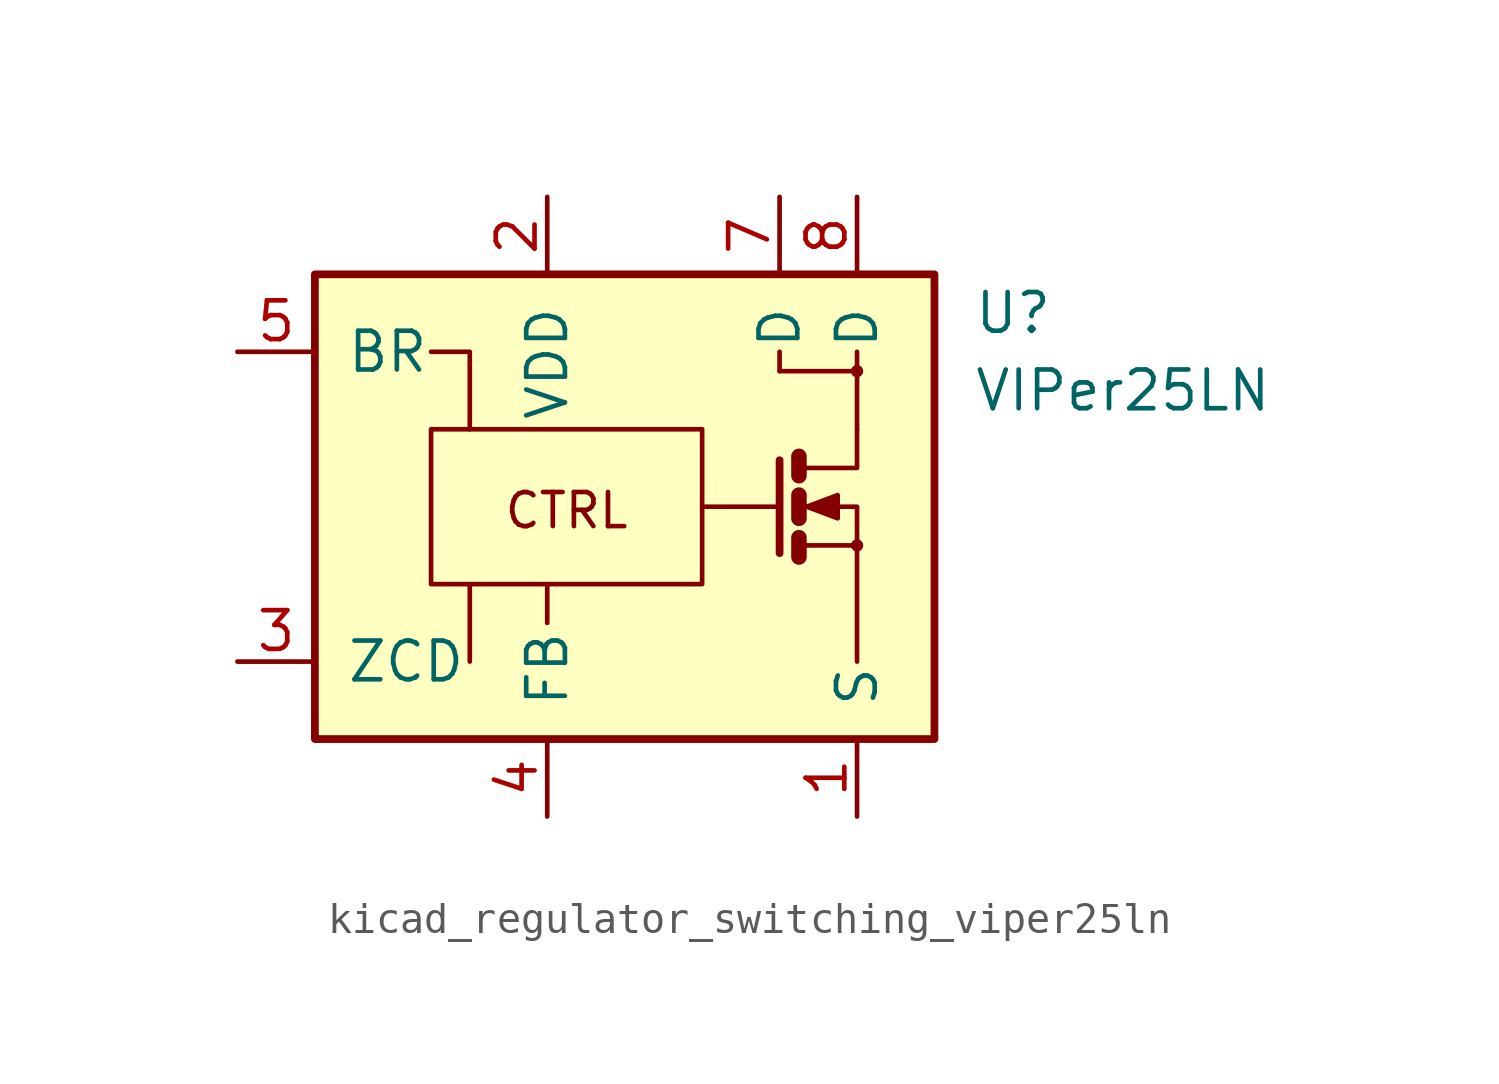
<source format=kicad_sym>
(kicad_symbol_lib
  (version 20220914)
  (generator kicad_symbol_editor)
  (symbol "kicad_regulator_switching_viper25ln"
    (pin_names
      (offset 1.016))
    (property "Reference" "U"
      (at 11.43 6.35 0)
      (effects (font (size 1.27 1.27)) (justify left)))
    (property "Value" "VIPer25LN"
      (at 11.43 3.81 0)
      (effects (font (size 1.27 1.27)) (justify left)))
    (symbol "kicad_regulator_switching_viper25ln_0_0"
      (rectangle (start -10.16 7.62) (end 10.16 -7.62) (stroke (width 0.254) (type default)) (fill (type background)))
      (polyline (pts (xy -5.08 -2.54) (xy -5.08 -5.08)) (stroke (width 0) (type default)) (fill (type none)))
      (polyline (pts (xy 5.08 5.08) (xy 5.08 4.445)) (stroke (width 0) (type default)) (fill (type none)))
      (polyline (pts (xy 7.62 2.54) (xy 7.62 4.445)) (stroke (width 0) (type default)) (fill (type none)))
      (polyline (pts (xy -6.35 5.08) (xy -5.08 5.08) (xy -5.08 2.54)) (stroke (width 0) (type default)) (fill (type none)))
      (circle (center 7.62 -1.27) (radius 0.127) (stroke (width 0) (type default)) (fill (type none)))
      (circle (center 7.62 4.445) (radius 0.127) (stroke (width 0) (type default)) (fill (type none)))
      (text "CTRL" (at -1.905 -0.127 0) (effects (font (size 1.118 1.118)))))
    (symbol "kicad_regulator_switching_viper25ln_0_1"
      (rectangle (start -6.35 -2.54) (end 2.54 2.54) (stroke (width 0) (type default)) (fill (type none)))
      (polyline (pts (xy -2.54 -3.81) (xy -2.54 -2.54)) (stroke (width 0) (type default)) (fill (type none)))
      (polyline (pts (xy 5.08 0) (xy 2.54 0)) (stroke (width 0) (type default)) (fill (type none)))
      (polyline (pts (xy 5.715 -1.27) (xy 7.62 -1.27)) (stroke (width 0) (type default)) (fill (type none)))
      (polyline (pts (xy 5.715 -1.016) (xy 5.715 -1.651)) (stroke (width 0.508) (type default)) (fill (type none)))
      (polyline (pts (xy 5.715 0.381) (xy 5.715 -0.381)) (stroke (width 0.508) (type default)) (fill (type none)))
      (polyline (pts (xy 5.715 1.651) (xy 5.715 1.016)) (stroke (width 0.508) (type default)) (fill (type none)))
      (polyline (pts (xy 5.08 1.524) (xy 5.08 -1.524) (xy 5.08 -1.524)) (stroke (width 0.254) (type default)) (fill (type none)))
      (polyline (pts (xy 5.08 4.445) (xy 7.62 4.445) (xy 7.62 5.08)) (stroke (width 0) (type default)) (fill (type none)))
      (polyline (pts (xy 7.62 -1.27) (xy 7.62 -5.08) (xy 7.62 -3.048)) (stroke (width 0) (type default)) (fill (type none)))
      (polyline (pts (xy 5.842 1.27) (xy 7.62 1.27) (xy 7.62 2.54) (xy 7.62 2.54)) (stroke (width 0) (type default)) (fill (type none)))
      (polyline (pts (xy 5.842 0) (xy 6.35 0) (xy 7.62 0) (xy 7.62 -1.27) (xy 7.62 -1.27)) (stroke (width 0) (type default)) (fill (type none)))
      (polyline (pts (xy 5.969 0) (xy 6.985 0.381) (xy 6.985 -0.381) (xy 5.969 0) (xy 6.096 0) (xy 6.096 0)) (stroke (width 0) (type default)) (fill (type outline))))
    (symbol "kicad_regulator_switching_viper25ln_1_1"
      (pin passive line (at 7.62 -10.16 90) (length 2.54) (name "S" (effects (font (size 1.27 1.27)))) (number "1" (effects (font (size 1.27 1.27)))))
      (pin power_in line (at -2.54 10.16 270) (length 2.54) (name "VDD" (effects (font (size 1.27 1.27)))) (number "2" (effects (font (size 1.27 1.27)))))
      (pin input line (at -12.7 -5.08 0) (length 2.54) (name "ZCD" (effects (font (size 1.27 1.27)))) (number "3" (effects (font (size 1.27 1.27)))))
      (pin input line (at -2.54 -10.16 90) (length 2.54) (name "FB" (effects (font (size 1.27 1.27)))) (number "4" (effects (font (size 1.27 1.27)))))
      (pin input line (at -12.7 5.08 0) (length 2.54) (name "BR" (effects (font (size 1.27 1.27)))) (number "5" (effects (font (size 1.27 1.27)))))
      (pin passive line (at 5.08 10.16 270) (length 2.54) (name "D" (effects (font (size 1.27 1.27)))) (number "7" (effects (font (size 1.27 1.27)))))
      (pin passive line (at 7.62 10.16 270) (length 2.54) (name "D" (effects (font (size 1.27 1.27)))) (number "8" (effects (font (size 1.27 1.27))))))))
</source>
